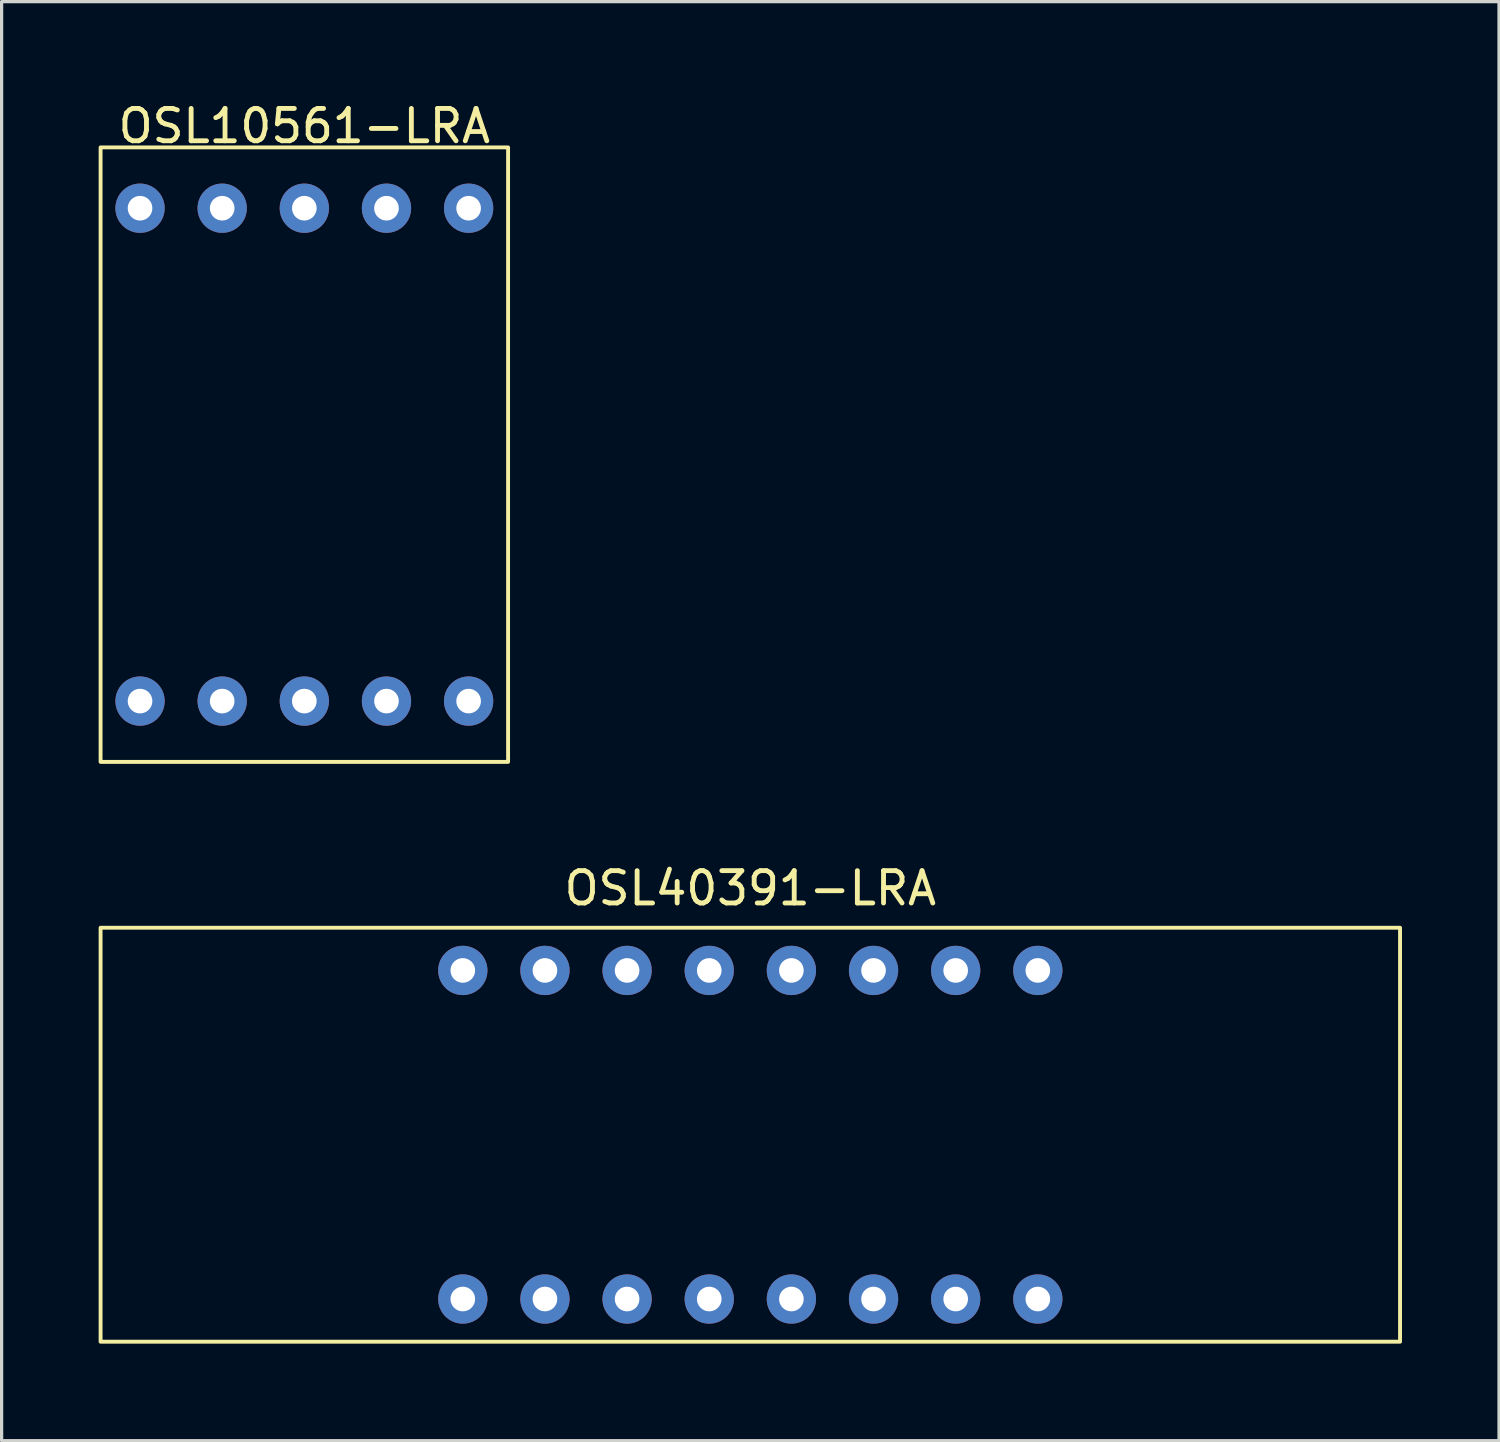
<source format=kicad_pcb>
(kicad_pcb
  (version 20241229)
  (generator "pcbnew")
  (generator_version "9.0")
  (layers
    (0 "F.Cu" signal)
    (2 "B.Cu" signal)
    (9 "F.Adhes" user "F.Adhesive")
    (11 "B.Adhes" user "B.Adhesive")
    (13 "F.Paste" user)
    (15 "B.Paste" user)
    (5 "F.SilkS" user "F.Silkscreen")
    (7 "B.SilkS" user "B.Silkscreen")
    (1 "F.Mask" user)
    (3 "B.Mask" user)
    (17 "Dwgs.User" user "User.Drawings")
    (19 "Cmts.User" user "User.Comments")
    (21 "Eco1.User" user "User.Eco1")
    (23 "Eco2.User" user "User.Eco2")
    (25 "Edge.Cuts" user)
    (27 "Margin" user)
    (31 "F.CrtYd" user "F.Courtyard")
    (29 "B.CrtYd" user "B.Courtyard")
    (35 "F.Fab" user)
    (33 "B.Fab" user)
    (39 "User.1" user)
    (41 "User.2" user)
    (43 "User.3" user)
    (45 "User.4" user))
  (footprint "OSL10561-LRA"
    (layer "F.Cu")
    (at 6.36 11.008)
    (property "Reference" "OSL10561-LRA" (at 0 -10.16 0) (unlocked yes) (layer "F.SilkS") (effects (font (size 1 1) (thickness 0.15))))
    (attr through_hole)
    (fp_rect (start -6.3 -9.5) (end 6.3 9.5) (stroke (width 0.12) (type solid)) (fill no) (layer "F.SilkS"))
    (pad "1" thru_hole circle (at -5.08 7.62) (size 1.524 1.524) (drill 0.762) (layers "*.Cu" "*.Mask"))
    (pad "2" thru_hole circle (at -2.54 7.62) (size 1.524 1.524) (drill 0.762) (layers "*.Cu" "*.Mask"))
    (pad "3" thru_hole circle (at 0 7.62) (size 1.524 1.524) (drill 0.762) (layers "*.Cu" "*.Mask"))
    (pad "4" thru_hole circle (at 2.54 7.62) (size 1.524 1.524) (drill 0.762) (layers "*.Cu" "*.Mask"))
    (pad "5" thru_hole circle (at 5.08 7.62) (size 1.524 1.524) (drill 0.762) (layers "*.Cu" "*.Mask"))
    (pad "6" thru_hole circle (at 5.08 -7.62) (size 1.524 1.524) (drill 0.762) (layers "*.Cu" "*.Mask"))
    (pad "7" thru_hole circle (at 2.54 -7.62) (size 1.524 1.524) (drill 0.762) (layers "*.Cu" "*.Mask"))
    (pad "8" thru_hole circle (at 0 -7.62) (size 1.524 1.524) (drill 0.762) (layers "*.Cu" "*.Mask"))
    (pad "9" thru_hole circle (at -2.54 -7.62) (size 1.524 1.524) (drill 0.762) (layers "*.Cu" "*.Mask"))
    (pad "10" thru_hole circle (at -5.08 -7.62) (size 1.524 1.524) (drill 0.762) (layers "*.Cu" "*.Mask")))
  (footprint "OSL40391-LRA"
    (layer "F.Cu")
    (at 20.15 32.036)
    (property "Reference" "OSL40391-LRA" (at 0 -7.62 0) (unlocked yes) (layer "F.SilkS") (effects (font (size 1 1) (thickness 0.15))))
    (attr through_hole)
    (fp_rect (start -20.09 -6.4) (end 20.09 6.4) (stroke (width 0.12) (type solid)) (fill no) (layer "F.SilkS"))
    (pad "1" thru_hole circle (at -8.89 5.08) (size 1.524 1.524) (drill 0.762) (layers "*.Cu" "*.Mask"))
    (pad "2" thru_hole circle (at -6.35 5.08) (size 1.524 1.524) (drill 0.762) (layers "*.Cu" "*.Mask"))
    (pad "3" thru_hole circle (at -3.81 5.08) (size 1.524 1.524) (drill 0.762) (layers "*.Cu" "*.Mask"))
    (pad "4" thru_hole circle (at -1.27 5.08) (size 1.524 1.524) (drill 0.762) (layers "*.Cu" "*.Mask"))
    (pad "5" thru_hole circle (at 1.27 5.08) (size 1.524 1.524) (drill 0.762) (layers "*.Cu" "*.Mask"))
    (pad "6" thru_hole circle (at 3.81 5.08) (size 1.524 1.524) (drill 0.762) (layers "*.Cu" "*.Mask"))
    (pad "7" thru_hole circle (at 6.35 5.08) (size 1.524 1.524) (drill 0.762) (layers "*.Cu" "*.Mask"))
    (pad "8" thru_hole circle (at 8.89 5.08) (size 1.524 1.524) (drill 0.762) (layers "*.Cu" "*.Mask"))
    (pad "9" thru_hole circle (at 8.89 -5.08) (size 1.524 1.524) (drill 0.762) (layers "*.Cu" "*.Mask"))
    (pad "10" thru_hole circle (at 6.35 -5.08) (size 1.524 1.524) (drill 0.762) (layers "*.Cu" "*.Mask"))
    (pad "11" thru_hole circle (at 3.81 -5.08) (size 1.524 1.524) (drill 0.762) (layers "*.Cu" "*.Mask"))
    (pad "12" thru_hole circle (at 1.27 -5.08) (size 1.524 1.524) (drill 0.762) (layers "*.Cu" "*.Mask"))
    (pad "13" thru_hole circle (at -1.27 -5.08) (size 1.524 1.524) (drill 0.762) (layers "*.Cu" "*.Mask"))
    (pad "14" thru_hole circle (at -3.81 -5.08) (size 1.524 1.524) (drill 0.762) (layers "*.Cu" "*.Mask"))
    (pad "15" thru_hole circle (at -6.35 -5.08) (size 1.524 1.524) (drill 0.762) (layers "*.Cu" "*.Mask"))
    (pad "16" thru_hole circle (at -8.89 -5.08) (size 1.524 1.524) (drill 0.762) (layers "*.Cu" "*.Mask")))
  (gr_rect
    (start -3 -3)
    (end 43.3 41.496)
    (stroke (width 0.1) (type default))
    (fill no)
    (layer "Edge.Cuts")))
</source>
